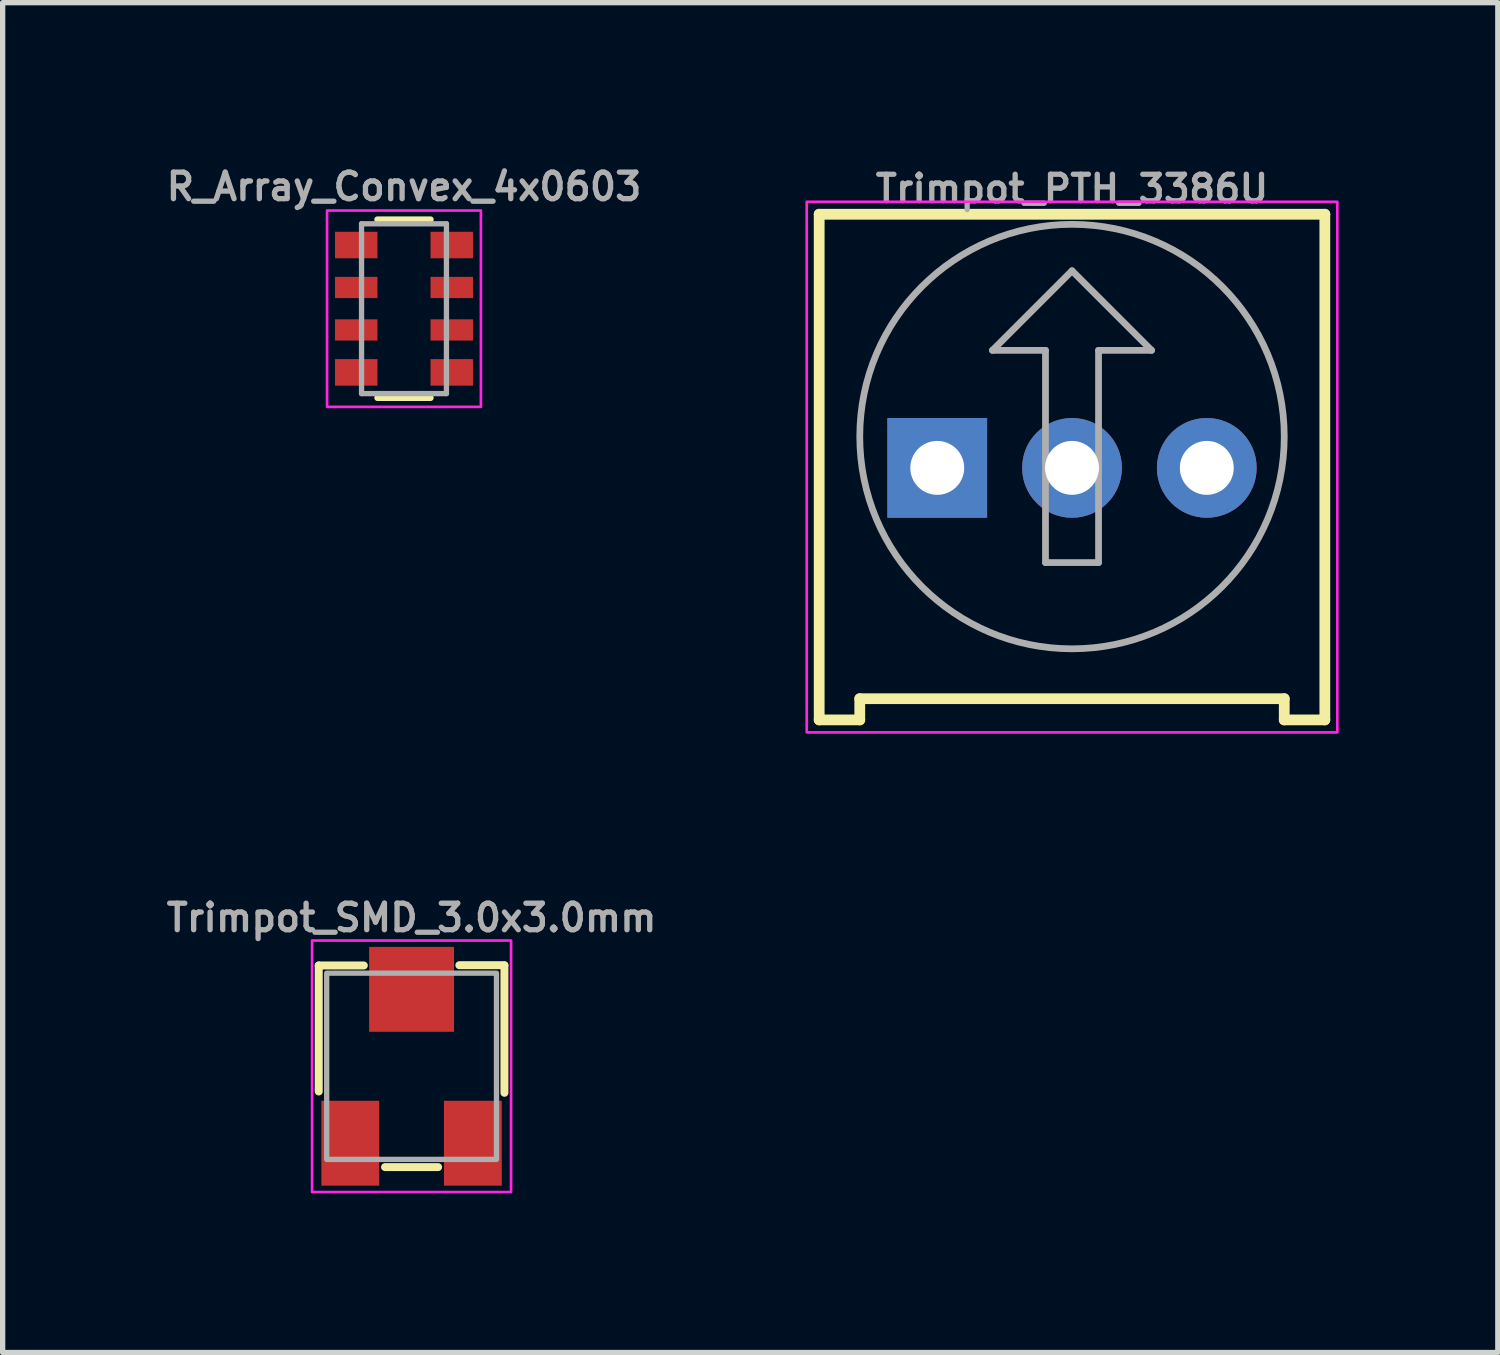
<source format=kicad_pcb>
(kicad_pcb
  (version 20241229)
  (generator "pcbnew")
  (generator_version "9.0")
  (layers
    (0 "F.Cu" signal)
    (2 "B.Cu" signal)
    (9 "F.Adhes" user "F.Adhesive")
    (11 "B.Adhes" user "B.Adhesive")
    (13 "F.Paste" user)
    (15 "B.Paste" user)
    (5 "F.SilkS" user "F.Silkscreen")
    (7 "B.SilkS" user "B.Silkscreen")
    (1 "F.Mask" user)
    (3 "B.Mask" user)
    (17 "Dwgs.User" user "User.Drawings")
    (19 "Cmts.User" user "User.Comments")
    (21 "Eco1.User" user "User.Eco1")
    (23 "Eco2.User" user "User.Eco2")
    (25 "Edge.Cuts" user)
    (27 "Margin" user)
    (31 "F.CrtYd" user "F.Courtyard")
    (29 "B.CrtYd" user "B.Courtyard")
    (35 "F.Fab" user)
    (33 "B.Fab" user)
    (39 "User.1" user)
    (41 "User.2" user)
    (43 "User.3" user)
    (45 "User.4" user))
  (footprint "R_Array_Convex_4x0603"
    (layer "F.Cu")
    (at 4.564 2.768)
    (property "Reference" "R_Array_Convex_4x0603" (at 0 -2.3 0) (unlocked yes) (layer "F.Fab") (effects (font (size 0.5 0.5) (thickness 0.1))))
    (attr smd)
    (fp_line (start 0.5 -1.68) (end -0.5 -1.68) (stroke (width 0.12) (type solid)) (layer "F.SilkS"))
    (fp_line (start 0.5 1.68) (end -0.5 1.68) (stroke (width 0.12) (type solid)) (layer "F.SilkS"))
    (fp_rect (start -1.45 -1.85) (end 1.45 1.85) (stroke (width 0.05) (type default)) (fill no) (layer "F.CrtYd"))
    (fp_line (start -0.8 -1.6) (end 0.8 -1.6) (stroke (width 0.1) (type solid)) (layer "F.Fab"))
    (fp_line (start -0.8 1.6) (end -0.8 -1.6) (stroke (width 0.1) (type solid)) (layer "F.Fab"))
    (fp_line (start 0.8 -1.6) (end 0.8 1.6) (stroke (width 0.1) (type solid)) (layer "F.Fab"))
    (fp_line (start 0.8 1.6) (end -0.8 1.6) (stroke (width 0.1) (type solid)) (layer "F.Fab"))
    (pad "1" smd rect (at -0.9 -1.2) (size 0.8 0.5) (layers "F.Cu" "F.Mask" "F.Paste"))
    (pad "2" smd rect (at -0.9 -0.4) (size 0.8 0.4) (layers "F.Cu" "F.Mask" "F.Paste"))
    (pad "3" smd rect (at -0.9 0.4) (size 0.8 0.4) (layers "F.Cu" "F.Mask" "F.Paste"))
    (pad "4" smd rect (at -0.9 1.2) (size 0.8 0.5) (layers "F.Cu" "F.Mask" "F.Paste"))
    (pad "5" smd rect (at 0.9 1.2) (size 0.8 0.5) (layers "F.Cu" "F.Mask" "F.Paste"))
    (pad "6" smd rect (at 0.9 0.4) (size 0.8 0.4) (layers "F.Cu" "F.Mask" "F.Paste"))
    (pad "7" smd rect (at 0.9 -0.4) (size 0.8 0.4) (layers "F.Cu" "F.Mask" "F.Paste"))
    (pad "8" smd rect (at 0.9 -1.2) (size 0.8 0.5) (layers "F.Cu" "F.Mask" "F.Paste")))
  (footprint "Trimpot_PTH_3386U"
    (layer "F.Cu")
    (at 17.154 5.753)
    (property "Reference" "Trimpot_PTH_3386U" (at 0 -4.953 0) (unlocked yes) (layer "F.Fab") (effects (font (size 0.5 0.5) (thickness 0.1)) (justify bottom)))
    (fp_line (start -4.765 -4.765) (end -4.765 4.765) (stroke (width 0.203) (type solid)) (layer "F.SilkS"))
    (fp_line (start -4.765 4.765) (end -4 4.765) (stroke (width 0.203) (type solid)) (layer "F.SilkS"))
    (fp_line (start -4 4.365) (end 4 4.365) (stroke (width 0.203) (type solid)) (layer "F.SilkS"))
    (fp_line (start -4 4.765) (end -4 4.365) (stroke (width 0.203) (type solid)) (layer "F.SilkS"))
    (fp_line (start 4 4.365) (end 4 4.765) (stroke (width 0.203) (type solid)) (layer "F.SilkS"))
    (fp_line (start 4 4.765) (end 4.765 4.765) (stroke (width 0.203) (type solid)) (layer "F.SilkS"))
    (fp_line (start 4.765 -4.765) (end -4.765 -4.765) (stroke (width 0.203) (type solid)) (layer "F.SilkS"))
    (fp_line (start 4.765 4.765) (end 4.765 -4.765) (stroke (width 0.203) (type solid)) (layer "F.SilkS"))
    (fp_rect (start -5 -5) (end 5 5) (stroke (width 0.05) (type default)) (fill no) (layer "F.CrtYd"))
    (fp_line (start -1.5 -2.2) (end -0.5 -2.2) (stroke (width 0.127) (type solid)) (layer "F.Fab"))
    (fp_line (start -0.5 -2.2) (end -0.5 1.8) (stroke (width 0.127) (type solid)) (layer "F.Fab"))
    (fp_line (start -0.5 1.8) (end 0.5 1.8) (stroke (width 0.127) (type solid)) (layer "F.Fab"))
    (fp_line (start 0 -3.7) (end -1.5 -2.2) (stroke (width 0.127) (type solid)) (layer "F.Fab"))
    (fp_line (start 0.5 -2.2) (end 1.5 -2.2) (stroke (width 0.127) (type solid)) (layer "F.Fab"))
    (fp_line (start 0.5 1.8) (end 0.5 -2.2) (stroke (width 0.127) (type solid)) (layer "F.Fab"))
    (fp_line (start 1.5 -2.2) (end 0 -3.7) (stroke (width 0.127) (type solid)) (layer "F.Fab"))
    (fp_circle (center 0 -0.575) (end 4 -0.575) (stroke (width 0.127) (type solid)) (fill no) (layer "F.Fab"))
    (pad "1" thru_hole rect (at -2.54 0.015) (size 1.88 1.88) (drill 1.016) (layers "*.Cu" "*.Mask"))
    (pad "2" thru_hole circle (at 0 0.015) (size 1.88 1.88) (drill 1.016) (layers "*.Cu" "*.Mask"))
    (pad "3" thru_hole circle (at 2.54 0.015) (size 1.88 1.88) (drill 1.016) (layers "*.Cu" "*.Mask")))
  (footprint "Trimpot_SMD_3.0x3.0mm"
    (layer "F.Cu")
    (at 4.707 17.046)
    (property "Reference" "Trimpot_SMD_3.0x3.0mm" (at 0 -2.8 0) (layer "F.Fab") (effects (font (size 0.5 0.5) (thickness 0.1) (bold yes))))
    (attr smd)
    (fp_line (start -1.75 -1.9) (end -0.9 -1.9) (stroke (width 0.15) (type default)) (layer "F.SilkS"))
    (fp_line (start -1.75 0.475) (end -1.75 -1.9) (stroke (width 0.15) (type default)) (layer "F.SilkS"))
    (fp_line (start 0.5 1.9) (end -0.5 1.9) (stroke (width 0.15) (type default)) (layer "F.SilkS"))
    (fp_line (start 1.75 -1.905) (end 0.9 -1.905) (stroke (width 0.15) (type default)) (layer "F.SilkS"))
    (fp_line (start 1.75 0.5) (end 1.75 -1.9) (stroke (width 0.15) (type default)) (layer "F.SilkS"))
    (fp_rect (start -1.875 -2.37) (end 1.875 2.37) (stroke (width 0.05) (type default)) (fill no) (layer "F.CrtYd"))
    (fp_rect (start -1.6 -1.755) (end 1.6 1.755) (stroke (width 0.1) (type solid)) (fill no) (layer "F.Fab"))
    (pad "1" smd rect (at -1.155 1.45) (size 1.09 1.6) (layers "F.Cu" "F.Mask" "F.Paste"))
    (pad "2" smd rect (at 0 -1.45) (size 1.6 1.6) (layers "F.Cu" "F.Mask" "F.Paste"))
    (pad "3" smd rect (at 1.155 1.45) (size 1.09 1.6) (layers "F.Cu" "F.Mask" "F.Paste")))
  (gr_rect
    (start -3 -3)
    (end 25.179 22.441)
    (stroke (width 0.1) (type default))
    (fill no)
    (layer "Edge.Cuts")))
</source>
